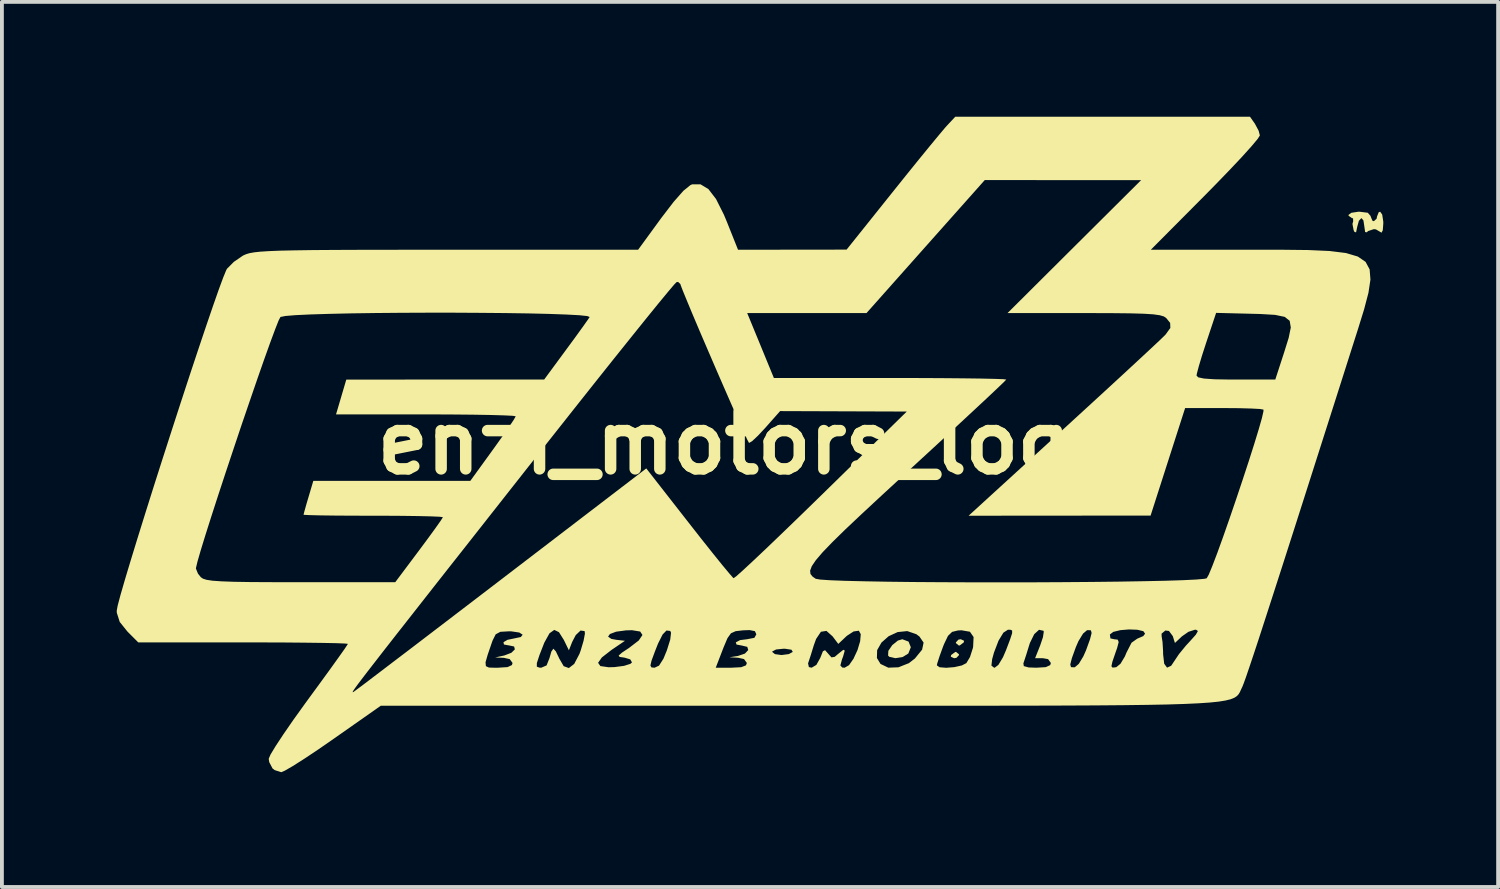
<source format=kicad_pcb>
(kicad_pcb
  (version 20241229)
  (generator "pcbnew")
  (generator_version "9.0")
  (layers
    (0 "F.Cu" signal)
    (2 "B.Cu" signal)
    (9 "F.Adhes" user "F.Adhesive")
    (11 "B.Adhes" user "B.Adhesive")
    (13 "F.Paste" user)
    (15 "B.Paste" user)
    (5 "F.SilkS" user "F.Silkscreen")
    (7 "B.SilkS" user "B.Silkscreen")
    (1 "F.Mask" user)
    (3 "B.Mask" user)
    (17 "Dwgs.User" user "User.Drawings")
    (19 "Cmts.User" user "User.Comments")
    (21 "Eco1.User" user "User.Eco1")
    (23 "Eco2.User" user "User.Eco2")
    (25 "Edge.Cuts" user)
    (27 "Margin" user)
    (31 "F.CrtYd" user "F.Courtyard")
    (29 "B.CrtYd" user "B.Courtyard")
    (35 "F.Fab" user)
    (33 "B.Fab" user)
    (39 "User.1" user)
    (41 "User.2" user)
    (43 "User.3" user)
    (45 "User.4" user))
  (footprint "enzi_motors_logo"
    (layer "F.Cu")
    (at 16.547 8.522)
    (property "Reference" "enzi_motors_logo" (at 0 0 0) (layer "F.SilkS") (effects (font (size 1.5 1.5) (thickness 0.3))))
    (attr board_only exclude_from_pos_files exclude_from_bom)
    (fp_poly (pts (xy 5.458 5.524) (xy 5.461 5.543) (xy 5.393 5.616) (xy 5.332 5.626) (xy 5.246 5.586) (xy 5.254 5.543) (xy 5.36 5.464) (xy 5.383 5.461)) (stroke (width 0) (type solid)) (fill yes) (layer "F.SilkS"))
    (fp_poly (pts (xy 5.592 5.17) (xy 5.585 5.212) (xy 5.479 5.292) (xy 5.456 5.295) (xy 5.38 5.232) (xy 5.378 5.212) (xy 5.445 5.14) (xy 5.507 5.13)) (stroke (width 0) (type solid)) (fill yes) (layer "F.SilkS"))
    (fp_poly (pts (xy 4.142 5.192) (xy 4.201 5.339) (xy 4.136 5.503) (xy 3.989 5.594) (xy 3.798 5.625) (xy 3.641 5.59) (xy 3.607 5.557) (xy 3.614 5.433) (xy 3.716 5.283) (xy 3.863 5.165) (xy 3.979 5.13)) (stroke (width 0) (type solid)) (fill yes) (layer "F.SilkS"))
    (fp_poly (pts (xy 16.517 -5.967) (xy 16.545 -5.785) (xy 16.546 -5.729) (xy 16.532 -5.553) (xy 16.497 -5.491) (xy 16.484 -5.502) (xy 16.354 -5.578) (xy 16.299 -5.585) (xy 16.149 -5.535) (xy 16.114 -5.502) (xy 16.071 -5.51) (xy 16.052 -5.646) (xy 16.052 -5.647) (xy 16.027 -5.812) (xy 15.974 -5.874) (xy 15.908 -5.803) (xy 15.865 -5.647) (xy 15.835 -5.503) (xy 15.795 -5.51) (xy 15.77 -5.56) (xy 15.74 -5.722) (xy 15.759 -5.788) (xy 15.756 -5.867) (xy 15.725 -5.874) (xy 15.64 -5.934) (xy 15.637 -5.957) (xy 15.71 -6.012) (xy 15.889 -6.039) (xy 15.927 -6.04) (xy 16.141 -6.013) (xy 16.216 -5.927) (xy 16.216 -5.916) (xy 16.261 -5.806) (xy 16.299 -5.792) (xy 16.372 -5.859) (xy 16.382 -5.916) (xy 16.426 -6.026) (xy 16.464 -6.04)) (stroke (width 0) (type solid)) (fill yes) (layer "F.SilkS"))
    (fp_poly (pts (xy 13.192 -8.338) (xy 13.289 -8.156) (xy 13.321 -8.033) (xy 13.264 -7.943) (xy 13.106 -7.754) (xy 12.863 -7.484) (xy 12.549 -7.15) (xy 12.182 -6.77) (xy 11.896 -6.479) (xy 10.472 -5.047) (xy 13.017 -5.047) (xy 13.875 -5.047) (xy 14.579 -5.039) (xy 15.14 -5.014) (xy 15.57 -4.961) (xy 15.88 -4.869) (xy 16.083 -4.73) (xy 16.189 -4.533) (xy 16.21 -4.267) (xy 16.158 -3.922) (xy 16.044 -3.488) (xy 15.879 -2.955) (xy 15.768 -2.608) (xy 15.308 -1.163) (xy 14.895 0.131) (xy 14.528 1.281) (xy 14.204 2.294) (xy 13.921 3.176) (xy 13.676 3.936) (xy 13.468 4.578) (xy 13.295 5.112) (xy 13.153 5.542) (xy 13.041 5.876) (xy 12.957 6.122) (xy 12.898 6.285) (xy 12.863 6.373) (xy 12.859 6.38) (xy 12.827 6.449) (xy 12.799 6.511) (xy 12.766 6.566) (xy 12.72 6.616) (xy 12.654 6.659) (xy 12.558 6.698) (xy 12.424 6.731) (xy 12.245 6.76) (xy 12.011 6.784) (xy 11.715 6.804) (xy 11.348 6.821) (xy 10.902 6.835) (xy 10.369 6.845) (xy 9.74 6.853) (xy 9.007 6.859) (xy 8.162 6.863) (xy 7.196 6.866) (xy 6.102 6.867) (xy 4.871 6.867) (xy 3.494 6.867) (xy 1.963 6.867) (xy 1.266 6.867) (xy -9.647 6.867) (xy -10.884 7.735) (xy -11.286 8.013) (xy -11.648 8.254) (xy -11.945 8.443) (xy -12.155 8.564) (xy -12.249 8.604) (xy -12.419 8.55) (xy -12.477 8.505) (xy -12.563 8.34) (xy -12.576 8.253) (xy -12.529 8.143) (xy -12.396 7.923) (xy -12.193 7.615) (xy -11.935 7.241) (xy -11.635 6.823) (xy -11.542 6.695) (xy -11.405 6.508) (xy -10.384 6.508) (xy -10.38 6.515) (xy -10.363 6.508) (xy -10.357 6.504) (xy -10.275 6.444) (xy -10.072 6.292) (xy -9.763 6.057) (xy -9.358 5.749) (xy -9.336 5.732) (xy -6.911 5.732) (xy -6.902 5.833) (xy -6.823 5.87) (xy -6.664 5.875) (xy -6.583 5.874) (xy -6.336 5.858) (xy -6.312 5.847) (xy -5.571 5.847) (xy -5.5 5.873) (xy -5.455 5.874) (xy -5.316 5.814) (xy -5.241 5.626) (xy -5.191 5.452) (xy -5.139 5.378) (xy -5.137 5.378) (xy -5.074 5.447) (xy -4.994 5.613) (xy -4.989 5.626) (xy -4.869 5.834) (xy -4.734 5.883) (xy -4.593 5.774) (xy -4.579 5.746) (xy -3.97 5.746) (xy -3.911 5.831) (xy -3.696 5.862) (xy -3.543 5.858) (xy -3.295 5.826) (xy -3.268 5.818) (xy -2.603 5.818) (xy -2.574 5.867) (xy -2.493 5.874) (xy -0.896 5.874) (xy -0.49 5.874) (xy -0.232 5.861) (xy -0.107 5.813) (xy -0.086 5.759) (xy 1.516 5.759) (xy 1.537 5.857) (xy 1.609 5.874) (xy 1.733 5.801) (xy 1.837 5.614) (xy 1.837 5.613) (xy 1.904 5.445) (xy 1.96 5.416) (xy 2.038 5.503) (xy 2.127 5.604) (xy 2.211 5.591) (xy 2.315 5.503) (xy 2.439 5.405) (xy 2.475 5.426) (xy 2.432 5.579) (xy 2.401 5.662) (xy 2.36 5.816) (xy 2.412 5.87) (xy 2.472 5.874) (xy 2.587 5.807) (xy 2.705 5.637) (xy 2.712 5.62) (xy 3.315 5.62) (xy 3.409 5.775) (xy 3.613 5.873) (xy 3.879 5.863) (xy 4.006 5.812) (xy 4.881 5.812) (xy 4.952 5.862) (xy 5.124 5.876) (xy 5.338 5.859) (xy 5.516 5.819) (xy 6.307 5.819) (xy 6.377 5.874) (xy 6.392 5.874) (xy 6.489 5.8) (xy 6.514 5.759) (xy 7.142 5.759) (xy 7.153 5.832) (xy 7.279 5.867) (xy 7.479 5.874) (xy 7.727 5.859) (xy 7.843 5.806) (xy 7.848 5.789) (xy 8.367 5.789) (xy 8.386 5.859) (xy 8.465 5.864) (xy 8.489 5.86) (xy 8.591 5.772) (xy 8.709 5.577) (xy 8.779 5.419) (xy 8.883 5.131) (xy 8.915 5.006) (xy 9.402 5.006) (xy 9.416 5.108) (xy 9.514 5.13) (xy 9.608 5.141) (xy 9.632 5.204) (xy 9.591 5.361) (xy 9.552 5.471) (xy 9.469 5.713) (xy 9.442 5.835) (xy 9.473 5.872) (xy 9.563 5.861) (xy 9.569 5.86) (xy 9.679 5.771) (xy 9.794 5.58) (xy 9.833 5.485) (xy 9.968 5.221) (xy 10.121 5.113) (xy 10.124 5.113) (xy 10.275 5.047) (xy 10.322 4.985) (xy 10.321 4.984) (xy 10.753 4.984) (xy 10.754 5.052) (xy 10.778 5.206) (xy 10.792 5.446) (xy 10.793 5.523) (xy 10.821 5.769) (xy 10.896 5.872) (xy 11.003 5.824) (xy 11.094 5.688) (xy 11.207 5.519) (xy 11.386 5.3) (xy 11.486 5.192) (xy 11.649 5.01) (xy 11.702 4.915) (xy 11.655 4.883) (xy 11.626 4.881) (xy 11.455 4.936) (xy 11.286 5.054) (xy 11.102 5.227) (xy 11.046 5.049) (xy 10.946 4.914) (xy 10.852 4.902) (xy 10.753 4.984) (xy 10.321 4.984) (xy 10.276 4.919) (xy 10.118 4.882) (xy 9.901 4.874) (xy 9.675 4.893) (xy 9.491 4.938) (xy 9.402 5.006) (xy 8.915 5.006) (xy 8.925 4.967) (xy 8.906 4.897) (xy 8.826 4.892) (xy 8.803 4.896) (xy 8.701 4.983) (xy 8.582 5.178) (xy 8.513 5.336) (xy 8.409 5.624) (xy 8.367 5.789) (xy 7.848 5.789) (xy 7.86 5.75) (xy 7.788 5.65) (xy 7.654 5.626) (xy 7.448 5.626) (xy 7.581 5.292) (xy 7.653 5.078) (xy 7.675 4.934) (xy 7.667 4.909) (xy 7.551 4.883) (xy 7.426 4.997) (xy 7.313 5.226) (xy 7.291 5.295) (xy 7.216 5.537) (xy 7.155 5.722) (xy 7.142 5.759) (xy 6.514 5.759) (xy 6.609 5.601) (xy 6.69 5.412) (xy 6.796 5.132) (xy 6.848 4.973) (xy 6.848 4.901) (xy 6.8 4.882) (xy 6.739 4.881) (xy 6.62 4.958) (xy 6.493 5.167) (xy 6.374 5.478) (xy 6.326 5.651) (xy 6.307 5.819) (xy 5.516 5.819) (xy 5.535 5.815) (xy 5.652 5.754) (xy 5.747 5.595) (xy 5.822 5.362) (xy 5.829 5.328) (xy 5.841 5.072) (xy 5.745 4.934) (xy 5.524 4.896) (xy 5.431 4.901) (xy 5.28 4.938) (xy 5.172 5.042) (xy 5.07 5.255) (xy 5.038 5.336) (xy 4.95 5.58) (xy 4.893 5.757) (xy 4.881 5.812) (xy 4.006 5.812) (xy 4.151 5.755) (xy 4.309 5.632) (xy 4.496 5.402) (xy 4.535 5.218) (xy 4.426 5.059) (xy 4.344 4.998) (xy 4.108 4.917) (xy 3.857 4.943) (xy 3.622 5.051) (xy 3.434 5.217) (xy 3.321 5.415) (xy 3.315 5.62) (xy 2.712 5.62) (xy 2.808 5.413) (xy 2.877 5.183) (xy 2.893 4.998) (xy 2.843 4.907) (xy 2.706 4.927) (xy 2.533 5.039) (xy 2.514 5.056) (xy 2.306 5.252) (xy 2.156 5.054) (xy 1.996 4.912) (xy 1.852 4.935) (xy 1.726 5.123) (xy 1.664 5.295) (xy 1.59 5.537) (xy 1.529 5.722) (xy 1.516 5.759) (xy -0.086 5.759) (xy -0.083 5.75) (xy -0.157 5.648) (xy -0.31 5.614) (xy -0.538 5.601) (xy -0.317 5.567) (xy -0.134 5.505) (xy -0.092 5.461) (xy 0.579 5.461) (xy 0.651 5.519) (xy 0.822 5.543) (xy 1.014 5.518) (xy 1.117 5.461) (xy 1.082 5.404) (xy 0.913 5.378) (xy 0.874 5.378) (xy 0.68 5.398) (xy 0.582 5.449) (xy 0.579 5.461) (xy -0.092 5.461) (xy -0.047 5.412) (xy -0.072 5.329) (xy -0.214 5.295) (xy -0.353 5.269) (xy -0.372 5.212) (xy -0.26 5.153) (xy -0.078 5.13) (xy 0.114 5.093) (xy 0.165 5.001) (xy 0.127 4.919) (xy -0.012 4.891) (xy -0.182 4.897) (xy -0.375 4.919) (xy -0.498 4.974) (xy -0.589 5.101) (xy -0.689 5.337) (xy -0.713 5.399) (xy -0.896 5.874) (xy -2.493 5.874) (xy -2.377 5.819) (xy -2.262 5.638) (xy -2.172 5.418) (xy -2.085 5.139) (xy -2.064 4.96) (xy -2.085 4.913) (xy -2.183 4.902) (xy -2.284 5.006) (xy -2.403 5.242) (xy -2.484 5.447) (xy -2.574 5.69) (xy -2.603 5.818) (xy -3.268 5.818) (xy -3.126 5.773) (xy -3.084 5.735) (xy -3.13 5.656) (xy -3.279 5.611) (xy -3.408 5.592) (xy -3.433 5.556) (xy -3.343 5.478) (xy -3.16 5.356) (xy -2.907 5.162) (xy -2.811 5.019) (xy -2.87 4.929) (xy -3.084 4.894) (xy -3.241 4.898) (xy -3.499 4.933) (xy -3.661 4.994) (xy -3.709 5.062) (xy -3.624 5.121) (xy -3.501 5.144) (xy -3.268 5.171) (xy -3.62 5.41) (xy -3.872 5.606) (xy -3.97 5.746) (xy -4.579 5.746) (xy -4.457 5.513) (xy -4.424 5.422) (xy -4.349 5.169) (xy -4.314 4.983) (xy -4.322 4.917) (xy -4.429 4.903) (xy -4.553 5.021) (xy -4.647 5.2) (xy -4.733 5.419) (xy -4.864 5.15) (xy -4.992 4.946) (xy -5.115 4.886) (xy -5.24 4.975) (xy -5.375 5.219) (xy -5.503 5.547) (xy -5.57 5.753) (xy -5.571 5.847) (xy -6.312 5.847) (xy -6.222 5.805) (xy -6.205 5.75) (xy -6.279 5.649) (xy -6.433 5.616) (xy -6.66 5.606) (xy -6.419 5.554) (xy -6.236 5.484) (xy -6.145 5.395) (xy -6.164 5.32) (xy -6.281 5.295) (xy -6.43 5.268) (xy -6.442 5.207) (xy -6.336 5.145) (xy -6.185 5.114) (xy -5.989 5.072) (xy -5.941 5.012) (xy -6.028 4.955) (xy -6.237 4.924) (xy -6.3 4.923) (xy -6.524 4.936) (xy -6.645 5.001) (xy -6.725 5.16) (xy -6.744 5.212) (xy -6.855 5.536) (xy -6.911 5.732) (xy -9.336 5.732) (xy -8.87 5.378) (xy -8.311 4.951) (xy -7.693 4.479) (xy -7.027 3.97) (xy -6.483 3.554) (xy -2.711 0.667) (xy -1.598 2.092) (xy -1.271 2.509) (xy -0.976 2.88) (xy -0.73 3.185) (xy -0.547 3.405) (xy -0.445 3.522) (xy -0.429 3.535) (xy -0.359 3.484) (xy -0.185 3.329) (xy 0.081 3.082) (xy 0.425 2.757) (xy 0.833 2.366) (xy 1.293 1.922) (xy 1.792 1.436) (xy 1.862 1.368) (xy 4.095 -0.819) (xy 2.441 -0.825) (xy 0.786 -0.831) (xy 0.4 -0.395) (xy 0.205 -0.186) (xy 0.053 -0.044) (xy -0.025 0.001) (xy -0.027 0) (xy -0.074 -0.088) (xy -0.174 -0.305) (xy -0.318 -0.624) (xy -0.494 -1.023) (xy -0.692 -1.476) (xy -0.902 -1.959) (xy -1.113 -2.449) (xy -1.315 -2.919) (xy -1.496 -3.347) (xy -1.515 -3.392) (xy -0.074 -3.392) (xy 0.275 -2.544) (xy 0.623 -1.696) (xy 3.663 -1.696) (xy 4.353 -1.695) (xy 4.988 -1.692) (xy 5.549 -1.687) (xy 6.019 -1.681) (xy 6.379 -1.673) (xy 6.61 -1.665) (xy 6.695 -1.655) (xy 6.695 -1.655) (xy 6.635 -1.592) (xy 6.465 -1.429) (xy 6.199 -1.178) (xy 5.848 -0.851) (xy 5.426 -0.459) (xy 4.946 -0.014) (xy 4.419 0.471) (xy 4.131 0.736) (xy 3.473 1.342) (xy 2.929 1.847) (xy 2.49 2.261) (xy 2.148 2.596) (xy 1.894 2.86) (xy 1.719 3.065) (xy 1.614 3.22) (xy 1.57 3.337) (xy 1.579 3.424) (xy 1.632 3.492) (xy 1.717 3.551) (xy 1.833 3.571) (xy 2.095 3.589) (xy 2.487 3.604) (xy 2.991 3.616) (xy 3.588 3.627) (xy 4.262 3.635) (xy 4.994 3.64) (xy 5.768 3.643) (xy 6.564 3.644) (xy 7.367 3.643) (xy 8.157 3.639) (xy 8.918 3.633) (xy 9.631 3.625) (xy 10.28 3.614) (xy 10.846 3.602) (xy 11.312 3.587) (xy 11.66 3.57) (xy 11.873 3.551) (xy 11.932 3.537) (xy 11.987 3.439) (xy 12.081 3.211) (xy 12.208 2.878) (xy 12.358 2.463) (xy 12.523 1.992) (xy 12.695 1.489) (xy 12.866 0.979) (xy 13.028 0.486) (xy 13.172 0.034) (xy 13.29 -0.352) (xy 13.374 -0.647) (xy 13.415 -0.827) (xy 13.415 -0.87) (xy 13.322 -0.886) (xy 13.097 -0.898) (xy 12.773 -0.907) (xy 12.384 -0.91) (xy 12.372 -0.91) (xy 11.368 -0.91) (xy 10.917 0.494) (xy 10.466 1.899) (xy 8.089 1.901) (xy 5.711 1.903) (xy 8.213 -0.383) (xy 8.759 -0.883) (xy 9.272 -1.354) (xy 9.711 -1.758) (xy 11.666 -1.758) (xy 11.712 -1.712) (xy 11.862 -1.681) (xy 12.135 -1.662) (xy 12.55 -1.655) (xy 12.695 -1.655) (xy 13.724 -1.655) (xy 13.954 -2.361) (xy 14.074 -2.746) (xy 14.129 -3.015) (xy 14.1 -3.19) (xy 13.969 -3.293) (xy 13.718 -3.345) (xy 13.329 -3.368) (xy 13.092 -3.374) (xy 12.178 -3.397) (xy 11.922 -2.629) (xy 11.812 -2.29) (xy 11.726 -2.004) (xy 11.675 -1.811) (xy 11.666 -1.758) (xy 9.711 -1.758) (xy 9.736 -1.781) (xy 10.139 -2.154) (xy 10.466 -2.458) (xy 10.704 -2.681) (xy 10.838 -2.811) (xy 10.859 -2.833) (xy 10.982 -3.004) (xy 10.977 -3.135) (xy 10.874 -3.262) (xy 10.812 -3.304) (xy 10.707 -3.335) (xy 10.538 -3.359) (xy 10.286 -3.375) (xy 9.93 -3.385) (xy 9.452 -3.39) (xy 8.831 -3.392) (xy 8.736 -3.392) (xy 6.728 -3.392) (xy 8.473 -5.129) (xy 10.218 -6.865) (xy 8.176 -6.866) (xy 6.133 -6.867) (xy 4.588 -5.13) (xy 3.043 -3.392) (xy 1.484 -3.392) (xy -0.074 -3.392) (xy -1.515 -3.392) (xy -1.646 -3.707) (xy -1.756 -3.975) (xy -1.814 -4.127) (xy -1.82 -4.151) (xy -1.88 -4.206) (xy -1.921 -4.2) (xy -1.987 -4.131) (xy -2.147 -3.942) (xy -2.393 -3.644) (xy -2.716 -3.246) (xy -3.107 -2.76) (xy -3.56 -2.195) (xy -4.064 -1.562) (xy -4.612 -0.871) (xy -5.196 -0.132) (xy -5.73 0.544) (xy -6.534 1.565) (xy -7.242 2.465) (xy -7.86 3.249) (xy -8.393 3.927) (xy -8.847 4.506) (xy -9.229 4.992) (xy -9.544 5.395) (xy -9.798 5.722) (xy -9.998 5.98) (xy -10.149 6.177) (xy -10.257 6.32) (xy -10.328 6.418) (xy -10.368 6.478) (xy -10.384 6.508) (xy -11.405 6.508) (xy -11.235 6.276) (xy -10.964 5.903) (xy -10.744 5.596) (xy -10.588 5.376) (xy -10.513 5.262) (xy -10.507 5.251) (xy -10.587 5.242) (xy -10.813 5.233) (xy -11.165 5.226) (xy -11.626 5.22) (xy -12.175 5.215) (xy -12.793 5.213) (xy -13.246 5.212) (xy -15.985 5.212) (xy -16.266 4.931) (xy -16.469 4.678) (xy -16.545 4.438) (xy -16.547 4.385) (xy -16.522 4.25) (xy -16.45 3.978) (xy -16.336 3.584) (xy -16.246 3.283) (xy -14.478 3.283) (xy -14.425 3.415) (xy -14.349 3.51) (xy -14.293 3.548) (xy -14.197 3.578) (xy -14.043 3.601) (xy -13.813 3.617) (xy -13.49 3.629) (xy -13.056 3.636) (xy -12.493 3.639) (xy -11.783 3.64) (xy -11.745 3.64) (xy -9.27 3.64) (xy -8.648 2.81) (xy -8.412 2.492) (xy -8.217 2.224) (xy -8.082 2.033) (xy -8.026 1.944) (xy -8.025 1.941) (xy -8.104 1.93) (xy -8.325 1.92) (xy -8.664 1.912) (xy -9.097 1.906) (xy -9.602 1.903) (xy -9.846 1.903) (xy -10.374 1.902) (xy -10.843 1.899) (xy -11.227 1.894) (xy -11.504 1.887) (xy -11.649 1.88) (xy -11.666 1.877) (xy -11.644 1.789) (xy -11.589 1.593) (xy -11.538 1.422) (xy -11.411 0.993) (xy -9.36 0.993) (xy -7.309 0.993) (xy -6.716 0.174) (xy -6.488 -0.145) (xy -6.3 -0.414) (xy -6.172 -0.606) (xy -6.123 -0.694) (xy -6.122 -0.695) (xy -6.202 -0.708) (xy -6.426 -0.719) (xy -6.774 -0.729) (xy -7.224 -0.737) (xy -7.758 -0.742) (xy -8.352 -0.745) (xy -8.47 -0.745) (xy -10.817 -0.745) (xy -10.683 -1.2) (xy -10.549 -1.654) (xy -7.964 -1.655) (xy -5.379 -1.655) (xy -4.816 -2.42) (xy -4.585 -2.734) (xy -4.389 -3.005) (xy -4.249 -3.202) (xy -4.19 -3.289) (xy -4.253 -3.314) (xy -4.463 -3.336) (xy -4.8 -3.354) (xy -5.246 -3.37) (xy -5.782 -3.383) (xy -6.387 -3.392) (xy -7.045 -3.398) (xy -7.734 -3.402) (xy -8.437 -3.402) (xy -9.135 -3.399) (xy -9.808 -3.393) (xy -10.437 -3.384) (xy -11.004 -3.371) (xy -11.489 -3.356) (xy -11.874 -3.338) (xy -12.139 -3.316) (xy -12.266 -3.291) (xy -12.27 -3.289) (xy -12.318 -3.196) (xy -12.409 -2.965) (xy -12.538 -2.618) (xy -12.697 -2.174) (xy -12.879 -1.654) (xy -13.077 -1.078) (xy -13.286 -0.467) (xy -13.496 0.16) (xy -13.703 0.781) (xy -13.899 1.377) (xy -14.077 1.927) (xy -14.231 2.412) (xy -14.353 2.809) (xy -14.437 3.1) (xy -14.476 3.264) (xy -14.478 3.283) (xy -16.246 3.283) (xy -16.187 3.088) (xy -16.009 2.507) (xy -15.807 1.859) (xy -15.588 1.163) (xy -15.356 0.436) (xy -15.118 -0.303) (xy -14.88 -1.037) (xy -14.647 -1.748) (xy -14.425 -2.417) (xy -14.22 -3.027) (xy -14.038 -3.559) (xy -13.885 -3.996) (xy -13.766 -4.319) (xy -13.687 -4.511) (xy -13.666 -4.55) (xy -13.487 -4.73) (xy -13.253 -4.891) (xy -13.232 -4.902) (xy -13.163 -4.932) (xy -13.074 -4.958) (xy -12.954 -4.979) (xy -12.788 -4.997) (xy -12.563 -5.011) (xy -12.268 -5.023) (xy -11.888 -5.031) (xy -11.412 -5.038) (xy -10.826 -5.042) (xy -10.117 -5.045) (xy -9.273 -5.046) (xy -8.28 -5.047) (xy -7.936 -5.047) (xy -2.924 -5.047) (xy -2.32 -5.875) (xy -1.995 -6.299) (xy -1.74 -6.588) (xy -1.556 -6.737) (xy -1.512 -6.755) (xy -1.292 -6.755) (xy -1.087 -6.631) (xy -0.888 -6.371) (xy -0.683 -5.963) (xy -0.603 -5.771) (xy -0.314 -5.047) (xy 1.105 -5.048) (xy 2.523 -5.05) (xy 3.723 -6.55) (xy 4.078 -6.993) (xy 4.411 -7.405) (xy 4.704 -7.764) (xy 4.939 -8.048) (xy 5.097 -8.236) (xy 5.142 -8.286) (xy 5.362 -8.522) (xy 9.212 -8.522) (xy 13.063 -8.522)) (stroke (width 0) (type solid)) (fill yes) (layer "F.SilkS")))
  (gr_rect
    (start -3 -3)
    (end 36.093 20.126)
    (stroke (width 0.1) (type default))
    (fill no)
    (layer "Edge.Cuts")))
</source>
